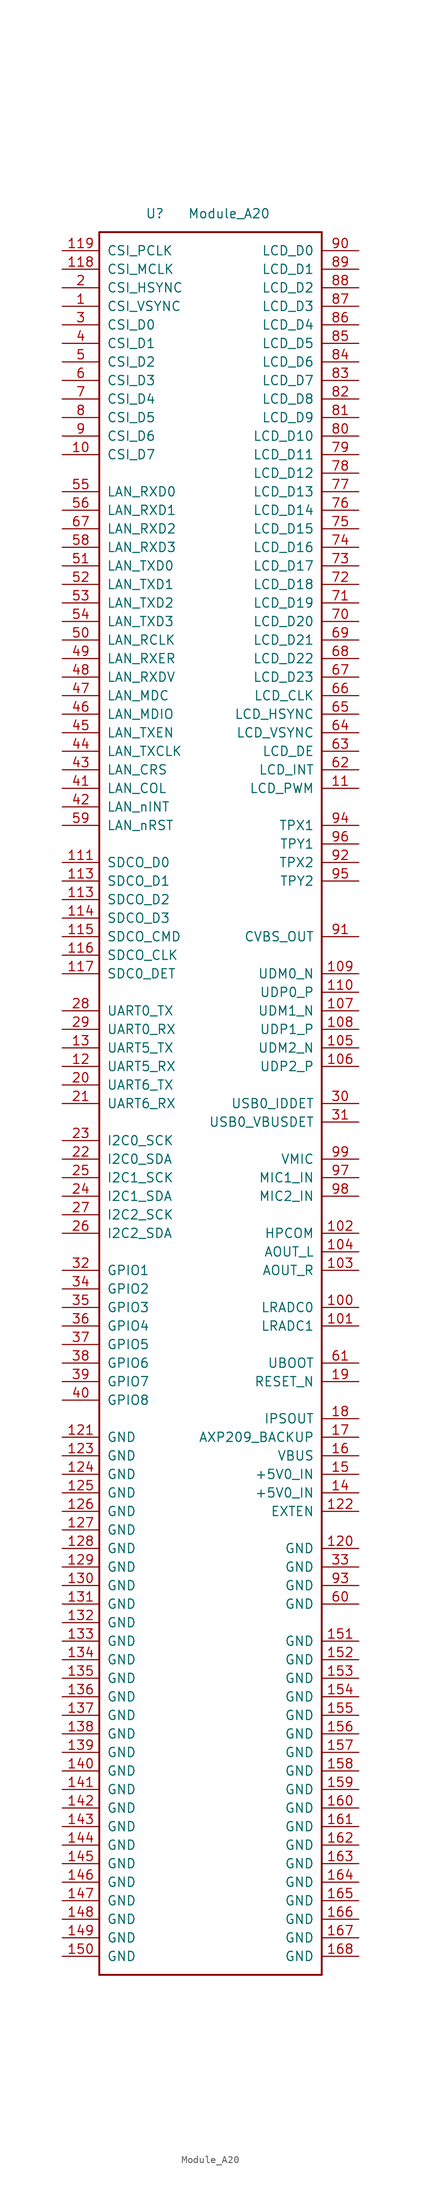
<source format=kicad_sym>
(kicad_symbol_lib
  (version 20220914)
  (generator kicad_symbol_editor)
  (symbol "Module_A20"
    (pin_names
      (offset 1.016))
    (property "Reference" "U"
      (at 7.62 2.54 0)
      (effects (font (size 1.27 1.27))))
    (property "Value" "Module_A20"
      (at 17.78 2.54 0)
      (effects (font (size 1.27 1.27))))
    (symbol "Module_A20_1_1"
      (polyline (pts (xy 0 -238.76) (xy 0 0)) (stroke (width 0.254) (type solid)) (fill (type none)))
      (polyline (pts (xy 0 -238.76) (xy 30.48 -238.76)) (stroke (width 0.254) (type solid)) (fill (type none)))
      (polyline (pts (xy 0 0) (xy 30.48 0)) (stroke (width 0.254) (type solid)) (fill (type none)))
      (polyline (pts (xy 30.48 0) (xy 30.48 -238.76)) (stroke (width 0.254) (type solid)) (fill (type none)))
      (pin output line (at -5.08 -10.16 0) (length 5.08) (name "CSI_VSYNC" (effects (font (size 1.27 1.27)))) (number "1" (effects (font (size 1.27 1.27)))))
      (pin input line (at -5.08 -30.48 0) (length 5.08) (name "CSI_D7" (effects (font (size 1.27 1.27)))) (number "10" (effects (font (size 1.27 1.27)))))
      (pin input line (at 35.56 -147.32 180) (length 5.08) (name "LRADC0" (effects (font (size 1.27 1.27)))) (number "100" (effects (font (size 1.27 1.27)))))
      (pin input line (at 35.56 -149.86 180) (length 5.08) (name "LRADC1" (effects (font (size 1.27 1.27)))) (number "101" (effects (font (size 1.27 1.27)))))
      (pin output line (at 35.56 -137.16 180) (length 5.08) (name "HPCOM" (effects (font (size 1.27 1.27)))) (number "102" (effects (font (size 1.27 1.27)))))
      (pin output line (at 35.56 -142.24 180) (length 5.08) (name "AOUT_R" (effects (font (size 1.27 1.27)))) (number "103" (effects (font (size 1.27 1.27)))))
      (pin output line (at 35.56 -139.7 180) (length 5.08) (name "AOUT_L" (effects (font (size 1.27 1.27)))) (number "104" (effects (font (size 1.27 1.27)))))
      (pin bidirectional line (at 35.56 -111.76 180) (length 5.08) (name "UDM2_N" (effects (font (size 1.27 1.27)))) (number "105" (effects (font (size 1.27 1.27)))))
      (pin bidirectional line (at 35.56 -114.3 180) (length 5.08) (name "UDP2_P" (effects (font (size 1.27 1.27)))) (number "106" (effects (font (size 1.27 1.27)))))
      (pin bidirectional line (at 35.56 -106.68 180) (length 5.08) (name "UDM1_N" (effects (font (size 1.27 1.27)))) (number "107" (effects (font (size 1.27 1.27)))))
      (pin bidirectional line (at 35.56 -109.22 180) (length 5.08) (name "UDP1_P" (effects (font (size 1.27 1.27)))) (number "108" (effects (font (size 1.27 1.27)))))
      (pin bidirectional line (at 35.56 -101.6 180) (length 5.08) (name "UDM0_N" (effects (font (size 1.27 1.27)))) (number "109" (effects (font (size 1.27 1.27)))))
      (pin input line (at 35.56 -76.2 180) (length 5.08) (name "LCD_PWM" (effects (font (size 1.27 1.27)))) (number "11" (effects (font (size 1.27 1.27)))))
      (pin bidirectional line (at 35.56 -104.14 180) (length 5.08) (name "UDP0_P" (effects (font (size 1.27 1.27)))) (number "110" (effects (font (size 1.27 1.27)))))
      (pin bidirectional line (at -5.08 -86.36 0) (length 5.08) (name "SDCO_D0" (effects (font (size 1.27 1.27)))) (number "111" (effects (font (size 1.27 1.27)))))
      (pin bidirectional line (at -5.08 -88.9 0) (length 5.08) (name "SDCO_D1" (effects (font (size 1.27 1.27)))) (number "113" (effects (font (size 1.27 1.27)))))
      (pin bidirectional line (at -5.08 -91.44 0) (length 5.08) (name "SDCO_D2" (effects (font (size 1.27 1.27)))) (number "113" (effects (font (size 1.27 1.27)))))
      (pin bidirectional line (at -5.08 -93.98 0) (length 5.08) (name "SDCO_D3" (effects (font (size 1.27 1.27)))) (number "114" (effects (font (size 1.27 1.27)))))
      (pin input line (at -5.08 -96.52 0) (length 5.08) (name "SDCO_CMD" (effects (font (size 1.27 1.27)))) (number "115" (effects (font (size 1.27 1.27)))))
      (pin output line (at -5.08 -99.06 0) (length 5.08) (name "SDCO_CLK" (effects (font (size 1.27 1.27)))) (number "116" (effects (font (size 1.27 1.27)))))
      (pin input line (at -5.08 -101.6 0) (length 5.08) (name "SDC0_DET" (effects (font (size 1.27 1.27)))) (number "117" (effects (font (size 1.27 1.27)))))
      (pin output line (at -5.08 -5.08 0) (length 5.08) (name "CSI_MCLK" (effects (font (size 1.27 1.27)))) (number "118" (effects (font (size 1.27 1.27)))))
      (pin output line (at -5.08 -2.54 0) (length 5.08) (name "CSI_PCLK" (effects (font (size 1.27 1.27)))) (number "119" (effects (font (size 1.27 1.27)))))
      (pin input line (at -5.08 -114.3 0) (length 5.08) (name "UART5_RX" (effects (font (size 1.27 1.27)))) (number "12" (effects (font (size 1.27 1.27)))))
      (pin power_in line (at 35.56 -180.34 180) (length 5.08) (name "GND" (effects (font (size 1.27 1.27)))) (number "120" (effects (font (size 1.27 1.27)))))
      (pin power_in line (at -5.08 -165.1 0) (length 5.08) (name "GND" (effects (font (size 1.27 1.27)))) (number "121" (effects (font (size 1.27 1.27)))))
      (pin output line (at 35.56 -175.26 180) (length 5.08) (name "EXTEN" (effects (font (size 1.27 1.27)))) (number "122" (effects (font (size 1.27 1.27)))))
      (pin power_in line (at -5.08 -167.64 0) (length 5.08) (name "GND" (effects (font (size 1.27 1.27)))) (number "123" (effects (font (size 1.27 1.27)))))
      (pin power_in line (at -5.08 -170.18 0) (length 5.08) (name "GND" (effects (font (size 1.27 1.27)))) (number "124" (effects (font (size 1.27 1.27)))))
      (pin power_in line (at -5.08 -172.72 0) (length 5.08) (name "GND" (effects (font (size 1.27 1.27)))) (number "125" (effects (font (size 1.27 1.27)))))
      (pin power_in line (at -5.08 -175.26 0) (length 5.08) (name "GND" (effects (font (size 1.27 1.27)))) (number "126" (effects (font (size 1.27 1.27)))))
      (pin power_in line (at -5.08 -177.8 0) (length 5.08) (name "GND" (effects (font (size 1.27 1.27)))) (number "127" (effects (font (size 1.27 1.27)))))
      (pin power_in line (at -5.08 -180.34 0) (length 5.08) (name "GND" (effects (font (size 1.27 1.27)))) (number "128" (effects (font (size 1.27 1.27)))))
      (pin power_in line (at -5.08 -182.88 0) (length 5.08) (name "GND" (effects (font (size 1.27 1.27)))) (number "129" (effects (font (size 1.27 1.27)))))
      (pin output line (at -5.08 -111.76 0) (length 5.08) (name "UART5_TX" (effects (font (size 1.27 1.27)))) (number "13" (effects (font (size 1.27 1.27)))))
      (pin power_in line (at -5.08 -185.42 0) (length 5.08) (name "GND" (effects (font (size 1.27 1.27)))) (number "130" (effects (font (size 1.27 1.27)))))
      (pin power_in line (at -5.08 -187.96 0) (length 5.08) (name "GND" (effects (font (size 1.27 1.27)))) (number "131" (effects (font (size 1.27 1.27)))))
      (pin power_in line (at -5.08 -190.5 0) (length 5.08) (name "GND" (effects (font (size 1.27 1.27)))) (number "132" (effects (font (size 1.27 1.27)))))
      (pin power_in line (at -5.08 -193.04 0) (length 5.08) (name "GND" (effects (font (size 1.27 1.27)))) (number "133" (effects (font (size 1.27 1.27)))))
      (pin power_in line (at -5.08 -195.58 0) (length 5.08) (name "GND" (effects (font (size 1.27 1.27)))) (number "134" (effects (font (size 1.27 1.27)))))
      (pin power_in line (at -5.08 -198.12 0) (length 5.08) (name "GND" (effects (font (size 1.27 1.27)))) (number "135" (effects (font (size 1.27 1.27)))))
      (pin power_in line (at -5.08 -200.66 0) (length 5.08) (name "GND" (effects (font (size 1.27 1.27)))) (number "136" (effects (font (size 1.27 1.27)))))
      (pin power_in line (at -5.08 -203.2 0) (length 5.08) (name "GND" (effects (font (size 1.27 1.27)))) (number "137" (effects (font (size 1.27 1.27)))))
      (pin power_in line (at -5.08 -205.74 0) (length 5.08) (name "GND" (effects (font (size 1.27 1.27)))) (number "138" (effects (font (size 1.27 1.27)))))
      (pin power_in line (at -5.08 -208.28 0) (length 5.08) (name "GND" (effects (font (size 1.27 1.27)))) (number "139" (effects (font (size 1.27 1.27)))))
      (pin power_in line (at 35.56 -172.72 180) (length 5.08) (name "+5V0_IN" (effects (font (size 1.27 1.27)))) (number "14" (effects (font (size 1.27 1.27)))))
      (pin power_in line (at -5.08 -210.82 0) (length 5.08) (name "GND" (effects (font (size 1.27 1.27)))) (number "140" (effects (font (size 1.27 1.27)))))
      (pin power_in line (at -5.08 -213.36 0) (length 5.08) (name "GND" (effects (font (size 1.27 1.27)))) (number "141" (effects (font (size 1.27 1.27)))))
      (pin power_in line (at -5.08 -215.9 0) (length 5.08) (name "GND" (effects (font (size 1.27 1.27)))) (number "142" (effects (font (size 1.27 1.27)))))
      (pin power_in line (at -5.08 -218.44 0) (length 5.08) (name "GND" (effects (font (size 1.27 1.27)))) (number "143" (effects (font (size 1.27 1.27)))))
      (pin power_in line (at -5.08 -220.98 0) (length 5.08) (name "GND" (effects (font (size 1.27 1.27)))) (number "144" (effects (font (size 1.27 1.27)))))
      (pin power_in line (at -5.08 -223.52 0) (length 5.08) (name "GND" (effects (font (size 1.27 1.27)))) (number "145" (effects (font (size 1.27 1.27)))))
      (pin power_in line (at -5.08 -226.06 0) (length 5.08) (name "GND" (effects (font (size 1.27 1.27)))) (number "146" (effects (font (size 1.27 1.27)))))
      (pin power_in line (at -5.08 -228.6 0) (length 5.08) (name "GND" (effects (font (size 1.27 1.27)))) (number "147" (effects (font (size 1.27 1.27)))))
      (pin power_in line (at -5.08 -231.14 0) (length 5.08) (name "GND" (effects (font (size 1.27 1.27)))) (number "148" (effects (font (size 1.27 1.27)))))
      (pin power_in line (at -5.08 -233.68 0) (length 5.08) (name "GND" (effects (font (size 1.27 1.27)))) (number "149" (effects (font (size 1.27 1.27)))))
      (pin power_in line (at 35.56 -170.18 180) (length 5.08) (name "+5V0_IN" (effects (font (size 1.27 1.27)))) (number "15" (effects (font (size 1.27 1.27)))))
      (pin power_in line (at -5.08 -236.22 0) (length 5.08) (name "GND" (effects (font (size 1.27 1.27)))) (number "150" (effects (font (size 1.27 1.27)))))
      (pin power_in line (at 35.56 -193.04 180) (length 5.08) (name "GND" (effects (font (size 1.27 1.27)))) (number "151" (effects (font (size 1.27 1.27)))))
      (pin power_in line (at 35.56 -195.58 180) (length 5.08) (name "GND" (effects (font (size 1.27 1.27)))) (number "152" (effects (font (size 1.27 1.27)))))
      (pin power_in line (at 35.56 -198.12 180) (length 5.08) (name "GND" (effects (font (size 1.27 1.27)))) (number "153" (effects (font (size 1.27 1.27)))))
      (pin power_in line (at 35.56 -200.66 180) (length 5.08) (name "GND" (effects (font (size 1.27 1.27)))) (number "154" (effects (font (size 1.27 1.27)))))
      (pin power_in line (at 35.56 -203.2 180) (length 5.08) (name "GND" (effects (font (size 1.27 1.27)))) (number "155" (effects (font (size 1.27 1.27)))))
      (pin power_in line (at 35.56 -205.74 180) (length 5.08) (name "GND" (effects (font (size 1.27 1.27)))) (number "156" (effects (font (size 1.27 1.27)))))
      (pin power_in line (at 35.56 -208.28 180) (length 5.08) (name "GND" (effects (font (size 1.27 1.27)))) (number "157" (effects (font (size 1.27 1.27)))))
      (pin power_in line (at 35.56 -210.82 180) (length 5.08) (name "GND" (effects (font (size 1.27 1.27)))) (number "158" (effects (font (size 1.27 1.27)))))
      (pin power_in line (at 35.56 -213.36 180) (length 5.08) (name "GND" (effects (font (size 1.27 1.27)))) (number "159" (effects (font (size 1.27 1.27)))))
      (pin power_in line (at 35.56 -167.64 180) (length 5.08) (name "VBUS" (effects (font (size 1.27 1.27)))) (number "16" (effects (font (size 1.27 1.27)))))
      (pin power_in line (at 35.56 -215.9 180) (length 5.08) (name "GND" (effects (font (size 1.27 1.27)))) (number "160" (effects (font (size 1.27 1.27)))))
      (pin power_in line (at 35.56 -218.44 180) (length 5.08) (name "GND" (effects (font (size 1.27 1.27)))) (number "161" (effects (font (size 1.27 1.27)))))
      (pin power_in line (at 35.56 -220.98 180) (length 5.08) (name "GND" (effects (font (size 1.27 1.27)))) (number "162" (effects (font (size 1.27 1.27)))))
      (pin power_in line (at 35.56 -223.52 180) (length 5.08) (name "GND" (effects (font (size 1.27 1.27)))) (number "163" (effects (font (size 1.27 1.27)))))
      (pin power_in line (at 35.56 -226.06 180) (length 5.08) (name "GND" (effects (font (size 1.27 1.27)))) (number "164" (effects (font (size 1.27 1.27)))))
      (pin power_in line (at 35.56 -228.6 180) (length 5.08) (name "GND" (effects (font (size 1.27 1.27)))) (number "165" (effects (font (size 1.27 1.27)))))
      (pin power_in line (at 35.56 -231.14 180) (length 5.08) (name "GND" (effects (font (size 1.27 1.27)))) (number "166" (effects (font (size 1.27 1.27)))))
      (pin power_in line (at 35.56 -233.68 180) (length 5.08) (name "GND" (effects (font (size 1.27 1.27)))) (number "167" (effects (font (size 1.27 1.27)))))
      (pin power_in line (at 35.56 -236.22 180) (length 5.08) (name "GND" (effects (font (size 1.27 1.27)))) (number "168" (effects (font (size 1.27 1.27)))))
      (pin power_in line (at 35.56 -165.1 180) (length 5.08) (name "AXP209_BACKUP" (effects (font (size 1.27 1.27)))) (number "17" (effects (font (size 1.27 1.27)))))
      (pin power_out line (at 35.56 -162.56 180) (length 5.08) (name "IPSOUT" (effects (font (size 1.27 1.27)))) (number "18" (effects (font (size 1.27 1.27)))))
      (pin input line (at 35.56 -157.48 180) (length 5.08) (name "RESET_N" (effects (font (size 1.27 1.27)))) (number "19" (effects (font (size 1.27 1.27)))))
      (pin output line (at -5.08 -7.62 0) (length 5.08) (name "CSI_HSYNC" (effects (font (size 1.27 1.27)))) (number "2" (effects (font (size 1.27 1.27)))))
      (pin output line (at -5.08 -116.84 0) (length 5.08) (name "UART6_TX" (effects (font (size 1.27 1.27)))) (number "20" (effects (font (size 1.27 1.27)))))
      (pin input line (at -5.08 -119.38 0) (length 5.08) (name "UART6_RX" (effects (font (size 1.27 1.27)))) (number "21" (effects (font (size 1.27 1.27)))))
      (pin bidirectional line (at -5.08 -127 0) (length 5.08) (name "I2C0_SDA" (effects (font (size 1.27 1.27)))) (number "22" (effects (font (size 1.27 1.27)))))
      (pin output line (at -5.08 -124.46 0) (length 5.08) (name "I2C0_SCK" (effects (font (size 1.27 1.27)))) (number "23" (effects (font (size 1.27 1.27)))))
      (pin bidirectional line (at -5.08 -132.08 0) (length 5.08) (name "I2C1_SDA" (effects (font (size 1.27 1.27)))) (number "24" (effects (font (size 1.27 1.27)))))
      (pin output line (at -5.08 -129.54 0) (length 5.08) (name "I2C1_SCK" (effects (font (size 1.27 1.27)))) (number "25" (effects (font (size 1.27 1.27)))))
      (pin bidirectional line (at -5.08 -137.16 0) (length 5.08) (name "I2C2_SDA" (effects (font (size 1.27 1.27)))) (number "26" (effects (font (size 1.27 1.27)))))
      (pin output line (at -5.08 -134.62 0) (length 5.08) (name "I2C2_SCK" (effects (font (size 1.27 1.27)))) (number "27" (effects (font (size 1.27 1.27)))))
      (pin output line (at -5.08 -106.68 0) (length 5.08) (name "UART0_TX" (effects (font (size 1.27 1.27)))) (number "28" (effects (font (size 1.27 1.27)))))
      (pin input line (at -5.08 -109.22 0) (length 5.08) (name "UART0_RX" (effects (font (size 1.27 1.27)))) (number "29" (effects (font (size 1.27 1.27)))))
      (pin input line (at -5.08 -12.7 0) (length 5.08) (name "CSI_D0" (effects (font (size 1.27 1.27)))) (number "3" (effects (font (size 1.27 1.27)))))
      (pin input line (at 35.56 -119.38 180) (length 5.08) (name "USB0_IDDET" (effects (font (size 1.27 1.27)))) (number "30" (effects (font (size 1.27 1.27)))))
      (pin input line (at 35.56 -121.92 180) (length 5.08) (name "USB0_VBUSDET" (effects (font (size 1.27 1.27)))) (number "31" (effects (font (size 1.27 1.27)))))
      (pin input line (at -5.08 -142.24 0) (length 5.08) (name "GPIO1" (effects (font (size 1.27 1.27)))) (number "32" (effects (font (size 1.27 1.27)))))
      (pin power_in line (at 35.56 -182.88 180) (length 5.08) (name "GND" (effects (font (size 1.27 1.27)))) (number "33" (effects (font (size 1.27 1.27)))))
      (pin input line (at -5.08 -144.78 0) (length 5.08) (name "GPIO2" (effects (font (size 1.27 1.27)))) (number "34" (effects (font (size 1.27 1.27)))))
      (pin input line (at -5.08 -147.32 0) (length 5.08) (name "GPIO3" (effects (font (size 1.27 1.27)))) (number "35" (effects (font (size 1.27 1.27)))))
      (pin input line (at -5.08 -149.86 0) (length 5.08) (name "GPIO4" (effects (font (size 1.27 1.27)))) (number "36" (effects (font (size 1.27 1.27)))))
      (pin output line (at -5.08 -152.4 0) (length 5.08) (name "GPIO5" (effects (font (size 1.27 1.27)))) (number "37" (effects (font (size 1.27 1.27)))))
      (pin output line (at -5.08 -154.94 0) (length 5.08) (name "GPIO6" (effects (font (size 1.27 1.27)))) (number "38" (effects (font (size 1.27 1.27)))))
      (pin output line (at -5.08 -157.48 0) (length 5.08) (name "GPIO7" (effects (font (size 1.27 1.27)))) (number "39" (effects (font (size 1.27 1.27)))))
      (pin input line (at -5.08 -15.24 0) (length 5.08) (name "CSI_D1" (effects (font (size 1.27 1.27)))) (number "4" (effects (font (size 1.27 1.27)))))
      (pin output line (at -5.08 -160.02 0) (length 5.08) (name "GPIO8" (effects (font (size 1.27 1.27)))) (number "40" (effects (font (size 1.27 1.27)))))
      (pin output line (at -5.08 -76.2 0) (length 5.08) (name "LAN_COL" (effects (font (size 1.27 1.27)))) (number "41" (effects (font (size 1.27 1.27)))))
      (pin output line (at -5.08 -78.74 0) (length 5.08) (name "LAN_nINT" (effects (font (size 1.27 1.27)))) (number "42" (effects (font (size 1.27 1.27)))))
      (pin output line (at -5.08 -73.66 0) (length 5.08) (name "LAN_CRS" (effects (font (size 1.27 1.27)))) (number "43" (effects (font (size 1.27 1.27)))))
      (pin output line (at -5.08 -71.12 0) (length 5.08) (name "LAN_TXCLK" (effects (font (size 1.27 1.27)))) (number "44" (effects (font (size 1.27 1.27)))))
      (pin output line (at -5.08 -68.58 0) (length 5.08) (name "LAN_TXEN" (effects (font (size 1.27 1.27)))) (number "45" (effects (font (size 1.27 1.27)))))
      (pin input line (at -5.08 -66.04 0) (length 5.08) (name "LAN_MDIO" (effects (font (size 1.27 1.27)))) (number "46" (effects (font (size 1.27 1.27)))))
      (pin input line (at -5.08 -63.5 0) (length 5.08) (name "LAN_MDC" (effects (font (size 1.27 1.27)))) (number "47" (effects (font (size 1.27 1.27)))))
      (pin input line (at -5.08 -60.96 0) (length 5.08) (name "LAN_RXDV" (effects (font (size 1.27 1.27)))) (number "48" (effects (font (size 1.27 1.27)))))
      (pin input line (at -5.08 -58.42 0) (length 5.08) (name "LAN_RXER" (effects (font (size 1.27 1.27)))) (number "49" (effects (font (size 1.27 1.27)))))
      (pin input line (at -5.08 -17.78 0) (length 5.08) (name "CSI_D2" (effects (font (size 1.27 1.27)))) (number "5" (effects (font (size 1.27 1.27)))))
      (pin input line (at -5.08 -55.88 0) (length 5.08) (name "LAN_RCLK" (effects (font (size 1.27 1.27)))) (number "50" (effects (font (size 1.27 1.27)))))
      (pin output line (at -5.08 -45.72 0) (length 5.08) (name "LAN_TXD0" (effects (font (size 1.27 1.27)))) (number "51" (effects (font (size 1.27 1.27)))))
      (pin output line (at -5.08 -48.26 0) (length 5.08) (name "LAN_TXD1" (effects (font (size 1.27 1.27)))) (number "52" (effects (font (size 1.27 1.27)))))
      (pin output line (at -5.08 -50.8 0) (length 5.08) (name "LAN_TXD2" (effects (font (size 1.27 1.27)))) (number "53" (effects (font (size 1.27 1.27)))))
      (pin output line (at -5.08 -53.34 0) (length 5.08) (name "LAN_TXD3" (effects (font (size 1.27 1.27)))) (number "54" (effects (font (size 1.27 1.27)))))
      (pin input line (at -5.08 -35.56 0) (length 5.08) (name "LAN_RXD0" (effects (font (size 1.27 1.27)))) (number "55" (effects (font (size 1.27 1.27)))))
      (pin input line (at -5.08 -38.1 0) (length 5.08) (name "LAN_RXD1" (effects (font (size 1.27 1.27)))) (number "56" (effects (font (size 1.27 1.27)))))
      (pin input line (at -5.08 -43.18 0) (length 5.08) (name "LAN_RXD3" (effects (font (size 1.27 1.27)))) (number "58" (effects (font (size 1.27 1.27)))))
      (pin output line (at -5.08 -81.28 0) (length 5.08) (name "LAN_nRST" (effects (font (size 1.27 1.27)))) (number "59" (effects (font (size 1.27 1.27)))))
      (pin input line (at -5.08 -20.32 0) (length 5.08) (name "CSI_D3" (effects (font (size 1.27 1.27)))) (number "6" (effects (font (size 1.27 1.27)))))
      (pin power_in line (at 35.56 -187.96 180) (length 5.08) (name "GND" (effects (font (size 1.27 1.27)))) (number "60" (effects (font (size 1.27 1.27)))))
      (pin input line (at 35.56 -154.94 180) (length 5.08) (name "UBOOT" (effects (font (size 1.27 1.27)))) (number "61" (effects (font (size 1.27 1.27)))))
      (pin input line (at 35.56 -73.66 180) (length 5.08) (name "LCD_INT" (effects (font (size 1.27 1.27)))) (number "62" (effects (font (size 1.27 1.27)))))
      (pin input line (at 35.56 -71.12 180) (length 5.08) (name "LCD_DE" (effects (font (size 1.27 1.27)))) (number "63" (effects (font (size 1.27 1.27)))))
      (pin input line (at 35.56 -68.58 180) (length 5.08) (name "LCD_VSYNC" (effects (font (size 1.27 1.27)))) (number "64" (effects (font (size 1.27 1.27)))))
      (pin input line (at 35.56 -66.04 180) (length 5.08) (name "LCD_HSYNC" (effects (font (size 1.27 1.27)))) (number "65" (effects (font (size 1.27 1.27)))))
      (pin input line (at 35.56 -63.5 180) (length 5.08) (name "LCD_CLK" (effects (font (size 1.27 1.27)))) (number "66" (effects (font (size 1.27 1.27)))))
      (pin input line (at -5.08 -40.64 0) (length 5.08) (name "LAN_RXD2" (effects (font (size 1.27 1.27)))) (number "67" (effects (font (size 1.27 1.27)))))
      (pin input line (at 35.56 -60.96 180) (length 5.08) (name "LCD_D23" (effects (font (size 1.27 1.27)))) (number "67" (effects (font (size 1.27 1.27)))))
      (pin input line (at 35.56 -58.42 180) (length 5.08) (name "LCD_D22" (effects (font (size 1.27 1.27)))) (number "68" (effects (font (size 1.27 1.27)))))
      (pin input line (at 35.56 -55.88 180) (length 5.08) (name "LCD_D21" (effects (font (size 1.27 1.27)))) (number "69" (effects (font (size 1.27 1.27)))))
      (pin input line (at -5.08 -22.86 0) (length 5.08) (name "CSI_D4" (effects (font (size 1.27 1.27)))) (number "7" (effects (font (size 1.27 1.27)))))
      (pin input line (at 35.56 -53.34 180) (length 5.08) (name "LCD_D20" (effects (font (size 1.27 1.27)))) (number "70" (effects (font (size 1.27 1.27)))))
      (pin input line (at 35.56 -50.8 180) (length 5.08) (name "LCD_D19" (effects (font (size 1.27 1.27)))) (number "71" (effects (font (size 1.27 1.27)))))
      (pin input line (at 35.56 -48.26 180) (length 5.08) (name "LCD_D18" (effects (font (size 1.27 1.27)))) (number "72" (effects (font (size 1.27 1.27)))))
      (pin input line (at 35.56 -45.72 180) (length 5.08) (name "LCD_D17" (effects (font (size 1.27 1.27)))) (number "73" (effects (font (size 1.27 1.27)))))
      (pin input line (at 35.56 -43.18 180) (length 5.08) (name "LCD_D16" (effects (font (size 1.27 1.27)))) (number "74" (effects (font (size 1.27 1.27)))))
      (pin input line (at 35.56 -40.64 180) (length 5.08) (name "LCD_D15" (effects (font (size 1.27 1.27)))) (number "75" (effects (font (size 1.27 1.27)))))
      (pin input line (at 35.56 -38.1 180) (length 5.08) (name "LCD_D14" (effects (font (size 1.27 1.27)))) (number "76" (effects (font (size 1.27 1.27)))))
      (pin input line (at 35.56 -35.56 180) (length 5.08) (name "LCD_D13" (effects (font (size 1.27 1.27)))) (number "77" (effects (font (size 1.27 1.27)))))
      (pin input line (at 35.56 -33.02 180) (length 5.08) (name "LCD_D12" (effects (font (size 1.27 1.27)))) (number "78" (effects (font (size 1.27 1.27)))))
      (pin input line (at 35.56 -30.48 180) (length 5.08) (name "LCD_D11" (effects (font (size 1.27 1.27)))) (number "79" (effects (font (size 1.27 1.27)))))
      (pin input line (at -5.08 -25.4 0) (length 5.08) (name "CSI_D5" (effects (font (size 1.27 1.27)))) (number "8" (effects (font (size 1.27 1.27)))))
      (pin input line (at 35.56 -27.94 180) (length 5.08) (name "LCD_D10" (effects (font (size 1.27 1.27)))) (number "80" (effects (font (size 1.27 1.27)))))
      (pin input line (at 35.56 -25.4 180) (length 5.08) (name "LCD_D9" (effects (font (size 1.27 1.27)))) (number "81" (effects (font (size 1.27 1.27)))))
      (pin input line (at 35.56 -22.86 180) (length 5.08) (name "LCD_D8" (effects (font (size 1.27 1.27)))) (number "82" (effects (font (size 1.27 1.27)))))
      (pin input line (at 35.56 -20.32 180) (length 5.08) (name "LCD_D7" (effects (font (size 1.27 1.27)))) (number "83" (effects (font (size 1.27 1.27)))))
      (pin input line (at 35.56 -17.78 180) (length 5.08) (name "LCD_D6" (effects (font (size 1.27 1.27)))) (number "84" (effects (font (size 1.27 1.27)))))
      (pin input line (at 35.56 -15.24 180) (length 5.08) (name "LCD_D5" (effects (font (size 1.27 1.27)))) (number "85" (effects (font (size 1.27 1.27)))))
      (pin input line (at 35.56 -12.7 180) (length 5.08) (name "LCD_D4" (effects (font (size 1.27 1.27)))) (number "86" (effects (font (size 1.27 1.27)))))
      (pin input line (at 35.56 -10.16 180) (length 5.08) (name "LCD_D3" (effects (font (size 1.27 1.27)))) (number "87" (effects (font (size 1.27 1.27)))))
      (pin input line (at 35.56 -7.62 180) (length 5.08) (name "LCD_D2" (effects (font (size 1.27 1.27)))) (number "88" (effects (font (size 1.27 1.27)))))
      (pin input line (at 35.56 -5.08 180) (length 5.08) (name "LCD_D1" (effects (font (size 1.27 1.27)))) (number "89" (effects (font (size 1.27 1.27)))))
      (pin input line (at -5.08 -27.94 0) (length 5.08) (name "CSI_D6" (effects (font (size 1.27 1.27)))) (number "9" (effects (font (size 1.27 1.27)))))
      (pin input line (at 35.56 -2.54 180) (length 5.08) (name "LCD_D0" (effects (font (size 1.27 1.27)))) (number "90" (effects (font (size 1.27 1.27)))))
      (pin output line (at 35.56 -96.52 180) (length 5.08) (name "CVBS_OUT" (effects (font (size 1.27 1.27)))) (number "91" (effects (font (size 1.27 1.27)))))
      (pin input line (at 35.56 -86.36 180) (length 5.08) (name "TPX2" (effects (font (size 1.27 1.27)))) (number "92" (effects (font (size 1.27 1.27)))))
      (pin power_in line (at 35.56 -185.42 180) (length 5.08) (name "GND" (effects (font (size 1.27 1.27)))) (number "93" (effects (font (size 1.27 1.27)))))
      (pin input line (at 35.56 -81.28 180) (length 5.08) (name "TPX1" (effects (font (size 1.27 1.27)))) (number "94" (effects (font (size 1.27 1.27)))))
      (pin input line (at 35.56 -88.9 180) (length 5.08) (name "TPY2" (effects (font (size 1.27 1.27)))) (number "95" (effects (font (size 1.27 1.27)))))
      (pin input line (at 35.56 -83.82 180) (length 5.08) (name "TPY1" (effects (font (size 1.27 1.27)))) (number "96" (effects (font (size 1.27 1.27)))))
      (pin input line (at 35.56 -129.54 180) (length 5.08) (name "MIC1_IN" (effects (font (size 1.27 1.27)))) (number "97" (effects (font (size 1.27 1.27)))))
      (pin input line (at 35.56 -132.08 180) (length 5.08) (name "MIC2_IN" (effects (font (size 1.27 1.27)))) (number "98" (effects (font (size 1.27 1.27)))))
      (pin output line (at 35.56 -127 180) (length 5.08) (name "VMIC" (effects (font (size 1.27 1.27)))) (number "99" (effects (font (size 1.27 1.27))))))))
</source>
